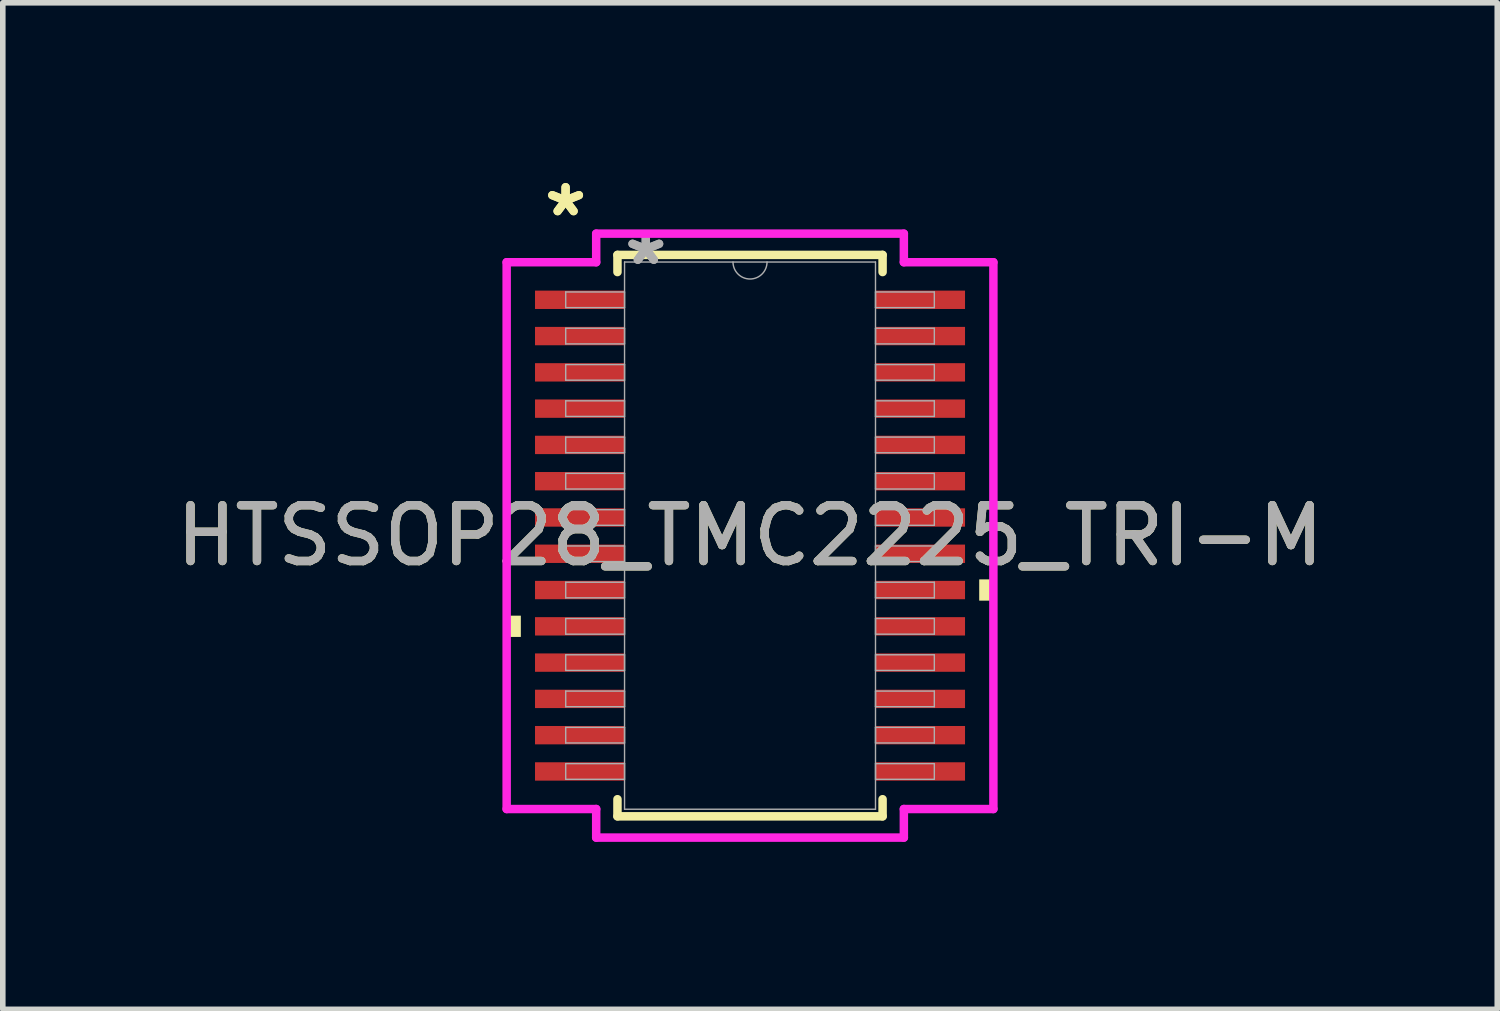
<source format=kicad_pcb>
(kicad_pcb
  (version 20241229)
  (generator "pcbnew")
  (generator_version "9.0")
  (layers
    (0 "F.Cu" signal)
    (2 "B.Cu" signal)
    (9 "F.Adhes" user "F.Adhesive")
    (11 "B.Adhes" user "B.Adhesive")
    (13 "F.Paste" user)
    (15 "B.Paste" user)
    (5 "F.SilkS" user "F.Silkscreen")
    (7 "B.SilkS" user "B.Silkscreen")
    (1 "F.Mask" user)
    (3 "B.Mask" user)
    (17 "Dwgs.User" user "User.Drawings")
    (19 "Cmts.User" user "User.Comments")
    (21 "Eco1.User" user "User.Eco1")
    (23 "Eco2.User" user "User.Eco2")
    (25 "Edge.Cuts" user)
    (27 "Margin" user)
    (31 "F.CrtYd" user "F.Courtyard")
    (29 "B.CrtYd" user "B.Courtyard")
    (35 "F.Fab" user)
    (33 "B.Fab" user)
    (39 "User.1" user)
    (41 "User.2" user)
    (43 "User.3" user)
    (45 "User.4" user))
  (footprint "HTSSOP28_TMC2225_TRI-M"
    (layer "F.Cu")
    (at 10.387 6.546)
    (property "Reference" "HTSSOP28_TMC2225_TRI-M" (at 0 0 0) (unlocked yes) (layer "F.SilkS") (effects (font (size 1 1) (thickness 0.15))))
    (attr smd)
    (fp_line (start -2.375 -5.029) (end -2.375 -4.722) (stroke (width 0.152) (type solid)) (layer "F.SilkS"))
    (fp_line (start -2.375 4.722) (end -2.375 5.029) (stroke (width 0.152) (type solid)) (layer "F.SilkS"))
    (fp_line (start -2.375 5.029) (end 2.375 5.029) (stroke (width 0.152) (type solid)) (layer "F.SilkS"))
    (fp_line (start 2.375 -5.029) (end -2.375 -5.029) (stroke (width 0.152) (type solid)) (layer "F.SilkS"))
    (fp_line (start 2.375 -4.722) (end 2.375 -5.029) (stroke (width 0.152) (type solid)) (layer "F.SilkS"))
    (fp_line (start 2.375 5.029) (end 2.375 4.722) (stroke (width 0.152) (type solid)) (layer "F.SilkS"))
    (fp_poly (pts (xy -4.36 1.434) (xy -4.36 1.815) (xy -4.106 1.815) (xy -4.106 1.434)) (stroke (width 0) (type solid)) (fill yes) (layer "F.SilkS"))
    (fp_poly (pts (xy 4.36 0.784) (xy 4.36 1.165) (xy 4.106 1.165) (xy 4.106 0.784)) (stroke (width 0) (type solid)) (fill yes) (layer "F.SilkS"))
    (fp_line (start -4.36 -4.898) (end -2.756 -4.898) (stroke (width 0.152) (type solid)) (layer "F.CrtYd"))
    (fp_line (start -4.36 4.898) (end -4.36 -4.898) (stroke (width 0.152) (type solid)) (layer "F.CrtYd"))
    (fp_line (start -4.36 4.898) (end -2.756 4.898) (stroke (width 0.152) (type solid)) (layer "F.CrtYd"))
    (fp_line (start -2.756 -5.41) (end 2.756 -5.41) (stroke (width 0.152) (type solid)) (layer "F.CrtYd"))
    (fp_line (start -2.756 -4.898) (end -2.756 -5.41) (stroke (width 0.152) (type solid)) (layer "F.CrtYd"))
    (fp_line (start -2.756 5.41) (end -2.756 4.898) (stroke (width 0.152) (type solid)) (layer "F.CrtYd"))
    (fp_line (start 2.756 -5.41) (end 2.756 -4.898) (stroke (width 0.152) (type solid)) (layer "F.CrtYd"))
    (fp_line (start 2.756 4.898) (end 2.756 5.41) (stroke (width 0.152) (type solid)) (layer "F.CrtYd"))
    (fp_line (start 2.756 5.41) (end -2.756 5.41) (stroke (width 0.152) (type solid)) (layer "F.CrtYd"))
    (fp_line (start 4.36 -4.898) (end 2.756 -4.898) (stroke (width 0.152) (type solid)) (layer "F.CrtYd"))
    (fp_line (start 4.36 -4.898) (end 4.36 4.898) (stroke (width 0.152) (type solid)) (layer "F.CrtYd"))
    (fp_line (start 4.36 4.898) (end 2.756 4.898) (stroke (width 0.152) (type solid)) (layer "F.CrtYd"))
    (fp_line (start -3.302 -4.365) (end -3.302 -4.085) (stroke (width 0.025) (type solid)) (layer "F.Fab"))
    (fp_line (start -3.302 -4.085) (end -2.248 -4.085) (stroke (width 0.025) (type solid)) (layer "F.Fab"))
    (fp_line (start -3.302 -3.715) (end -3.302 -3.435) (stroke (width 0.025) (type solid)) (layer "F.Fab"))
    (fp_line (start -3.302 -3.435) (end -2.248 -3.435) (stroke (width 0.025) (type solid)) (layer "F.Fab"))
    (fp_line (start -3.302 -3.065) (end -3.302 -2.785) (stroke (width 0.025) (type solid)) (layer "F.Fab"))
    (fp_line (start -3.302 -2.785) (end -2.248 -2.785) (stroke (width 0.025) (type solid)) (layer "F.Fab"))
    (fp_line (start -3.302 -2.415) (end -3.302 -2.135) (stroke (width 0.025) (type solid)) (layer "F.Fab"))
    (fp_line (start -3.302 -2.135) (end -2.248 -2.135) (stroke (width 0.025) (type solid)) (layer "F.Fab"))
    (fp_line (start -3.302 -1.765) (end -3.302 -1.485) (stroke (width 0.025) (type solid)) (layer "F.Fab"))
    (fp_line (start -3.302 -1.485) (end -2.248 -1.485) (stroke (width 0.025) (type solid)) (layer "F.Fab"))
    (fp_line (start -3.302 -1.115) (end -3.302 -0.835) (stroke (width 0.025) (type solid)) (layer "F.Fab"))
    (fp_line (start -3.302 -0.835) (end -2.248 -0.835) (stroke (width 0.025) (type solid)) (layer "F.Fab"))
    (fp_line (start -3.302 -0.465) (end -3.302 -0.185) (stroke (width 0.025) (type solid)) (layer "F.Fab"))
    (fp_line (start -3.302 -0.185) (end -2.248 -0.185) (stroke (width 0.025) (type solid)) (layer "F.Fab"))
    (fp_line (start -3.302 0.185) (end -3.302 0.465) (stroke (width 0.025) (type solid)) (layer "F.Fab"))
    (fp_line (start -3.302 0.465) (end -2.248 0.465) (stroke (width 0.025) (type solid)) (layer "F.Fab"))
    (fp_line (start -3.302 0.835) (end -3.302 1.115) (stroke (width 0.025) (type solid)) (layer "F.Fab"))
    (fp_line (start -3.302 1.115) (end -2.248 1.115) (stroke (width 0.025) (type solid)) (layer "F.Fab"))
    (fp_line (start -3.302 1.485) (end -3.302 1.765) (stroke (width 0.025) (type solid)) (layer "F.Fab"))
    (fp_line (start -3.302 1.765) (end -2.248 1.765) (stroke (width 0.025) (type solid)) (layer "F.Fab"))
    (fp_line (start -3.302 2.135) (end -3.302 2.415) (stroke (width 0.025) (type solid)) (layer "F.Fab"))
    (fp_line (start -3.302 2.415) (end -2.248 2.415) (stroke (width 0.025) (type solid)) (layer "F.Fab"))
    (fp_line (start -3.302 2.785) (end -3.302 3.065) (stroke (width 0.025) (type solid)) (layer "F.Fab"))
    (fp_line (start -3.302 3.065) (end -2.248 3.065) (stroke (width 0.025) (type solid)) (layer "F.Fab"))
    (fp_line (start -3.302 3.435) (end -3.302 3.715) (stroke (width 0.025) (type solid)) (layer "F.Fab"))
    (fp_line (start -3.302 3.715) (end -2.248 3.715) (stroke (width 0.025) (type solid)) (layer "F.Fab"))
    (fp_line (start -3.302 4.085) (end -3.302 4.365) (stroke (width 0.025) (type solid)) (layer "F.Fab"))
    (fp_line (start -3.302 4.365) (end -2.248 4.365) (stroke (width 0.025) (type solid)) (layer "F.Fab"))
    (fp_line (start -2.248 -4.902) (end -2.248 4.902) (stroke (width 0.025) (type solid)) (layer "F.Fab"))
    (fp_line (start -2.248 -4.365) (end -3.302 -4.365) (stroke (width 0.025) (type solid)) (layer "F.Fab"))
    (fp_line (start -2.248 -4.085) (end -2.248 -4.365) (stroke (width 0.025) (type solid)) (layer "F.Fab"))
    (fp_line (start -2.248 -3.715) (end -3.302 -3.715) (stroke (width 0.025) (type solid)) (layer "F.Fab"))
    (fp_line (start -2.248 -3.435) (end -2.248 -3.715) (stroke (width 0.025) (type solid)) (layer "F.Fab"))
    (fp_line (start -2.248 -3.065) (end -3.302 -3.065) (stroke (width 0.025) (type solid)) (layer "F.Fab"))
    (fp_line (start -2.248 -2.785) (end -2.248 -3.065) (stroke (width 0.025) (type solid)) (layer "F.Fab"))
    (fp_line (start -2.248 -2.415) (end -3.302 -2.415) (stroke (width 0.025) (type solid)) (layer "F.Fab"))
    (fp_line (start -2.248 -2.135) (end -2.248 -2.415) (stroke (width 0.025) (type solid)) (layer "F.Fab"))
    (fp_line (start -2.248 -1.765) (end -3.302 -1.765) (stroke (width 0.025) (type solid)) (layer "F.Fab"))
    (fp_line (start -2.248 -1.485) (end -2.248 -1.765) (stroke (width 0.025) (type solid)) (layer "F.Fab"))
    (fp_line (start -2.248 -1.115) (end -3.302 -1.115) (stroke (width 0.025) (type solid)) (layer "F.Fab"))
    (fp_line (start -2.248 -0.835) (end -2.248 -1.115) (stroke (width 0.025) (type solid)) (layer "F.Fab"))
    (fp_line (start -2.248 -0.465) (end -3.302 -0.465) (stroke (width 0.025) (type solid)) (layer "F.Fab"))
    (fp_line (start -2.248 -0.185) (end -2.248 -0.465) (stroke (width 0.025) (type solid)) (layer "F.Fab"))
    (fp_line (start -2.248 0.185) (end -3.302 0.185) (stroke (width 0.025) (type solid)) (layer "F.Fab"))
    (fp_line (start -2.248 0.465) (end -2.248 0.185) (stroke (width 0.025) (type solid)) (layer "F.Fab"))
    (fp_line (start -2.248 0.835) (end -3.302 0.835) (stroke (width 0.025) (type solid)) (layer "F.Fab"))
    (fp_line (start -2.248 1.115) (end -2.248 0.835) (stroke (width 0.025) (type solid)) (layer "F.Fab"))
    (fp_line (start -2.248 1.485) (end -3.302 1.485) (stroke (width 0.025) (type solid)) (layer "F.Fab"))
    (fp_line (start -2.248 1.765) (end -2.248 1.485) (stroke (width 0.025) (type solid)) (layer "F.Fab"))
    (fp_line (start -2.248 2.135) (end -3.302 2.135) (stroke (width 0.025) (type solid)) (layer "F.Fab"))
    (fp_line (start -2.248 2.415) (end -2.248 2.135) (stroke (width 0.025) (type solid)) (layer "F.Fab"))
    (fp_line (start -2.248 2.785) (end -3.302 2.785) (stroke (width 0.025) (type solid)) (layer "F.Fab"))
    (fp_line (start -2.248 3.065) (end -2.248 2.785) (stroke (width 0.025) (type solid)) (layer "F.Fab"))
    (fp_line (start -2.248 3.435) (end -3.302 3.435) (stroke (width 0.025) (type solid)) (layer "F.Fab"))
    (fp_line (start -2.248 3.715) (end -2.248 3.435) (stroke (width 0.025) (type solid)) (layer "F.Fab"))
    (fp_line (start -2.248 4.085) (end -3.302 4.085) (stroke (width 0.025) (type solid)) (layer "F.Fab"))
    (fp_line (start -2.248 4.365) (end -2.248 4.085) (stroke (width 0.025) (type solid)) (layer "F.Fab"))
    (fp_line (start -2.248 4.902) (end 2.248 4.902) (stroke (width 0.025) (type solid)) (layer "F.Fab"))
    (fp_line (start 2.248 -4.902) (end -2.248 -4.902) (stroke (width 0.025) (type solid)) (layer "F.Fab"))
    (fp_line (start 2.248 -4.365) (end 2.248 -4.085) (stroke (width 0.025) (type solid)) (layer "F.Fab"))
    (fp_line (start 2.248 -4.085) (end 3.302 -4.085) (stroke (width 0.025) (type solid)) (layer "F.Fab"))
    (fp_line (start 2.248 -3.715) (end 2.248 -3.435) (stroke (width 0.025) (type solid)) (layer "F.Fab"))
    (fp_line (start 2.248 -3.435) (end 3.302 -3.435) (stroke (width 0.025) (type solid)) (layer "F.Fab"))
    (fp_line (start 2.248 -3.065) (end 2.248 -2.785) (stroke (width 0.025) (type solid)) (layer "F.Fab"))
    (fp_line (start 2.248 -2.785) (end 3.302 -2.785) (stroke (width 0.025) (type solid)) (layer "F.Fab"))
    (fp_line (start 2.248 -2.415) (end 2.248 -2.135) (stroke (width 0.025) (type solid)) (layer "F.Fab"))
    (fp_line (start 2.248 -2.135) (end 3.302 -2.135) (stroke (width 0.025) (type solid)) (layer "F.Fab"))
    (fp_line (start 2.248 -1.765) (end 2.248 -1.485) (stroke (width 0.025) (type solid)) (layer "F.Fab"))
    (fp_line (start 2.248 -1.485) (end 3.302 -1.485) (stroke (width 0.025) (type solid)) (layer "F.Fab"))
    (fp_line (start 2.248 -1.115) (end 2.248 -0.835) (stroke (width 0.025) (type solid)) (layer "F.Fab"))
    (fp_line (start 2.248 -0.835) (end 3.302 -0.835) (stroke (width 0.025) (type solid)) (layer "F.Fab"))
    (fp_line (start 2.248 -0.465) (end 2.248 -0.185) (stroke (width 0.025) (type solid)) (layer "F.Fab"))
    (fp_line (start 2.248 -0.185) (end 3.302 -0.185) (stroke (width 0.025) (type solid)) (layer "F.Fab"))
    (fp_line (start 2.248 0.185) (end 2.248 0.465) (stroke (width 0.025) (type solid)) (layer "F.Fab"))
    (fp_line (start 2.248 0.465) (end 3.302 0.465) (stroke (width 0.025) (type solid)) (layer "F.Fab"))
    (fp_line (start 2.248 0.835) (end 2.248 1.115) (stroke (width 0.025) (type solid)) (layer "F.Fab"))
    (fp_line (start 2.248 1.115) (end 3.302 1.115) (stroke (width 0.025) (type solid)) (layer "F.Fab"))
    (fp_line (start 2.248 1.485) (end 2.248 1.765) (stroke (width 0.025) (type solid)) (layer "F.Fab"))
    (fp_line (start 2.248 1.765) (end 3.302 1.765) (stroke (width 0.025) (type solid)) (layer "F.Fab"))
    (fp_line (start 2.248 2.135) (end 2.248 2.415) (stroke (width 0.025) (type solid)) (layer "F.Fab"))
    (fp_line (start 2.248 2.415) (end 3.302 2.415) (stroke (width 0.025) (type solid)) (layer "F.Fab"))
    (fp_line (start 2.248 2.785) (end 2.248 3.065) (stroke (width 0.025) (type solid)) (layer "F.Fab"))
    (fp_line (start 2.248 3.065) (end 3.302 3.065) (stroke (width 0.025) (type solid)) (layer "F.Fab"))
    (fp_line (start 2.248 3.435) (end 2.248 3.715) (stroke (width 0.025) (type solid)) (layer "F.Fab"))
    (fp_line (start 2.248 3.715) (end 3.302 3.715) (stroke (width 0.025) (type solid)) (layer "F.Fab"))
    (fp_line (start 2.248 4.085) (end 2.248 4.365) (stroke (width 0.025) (type solid)) (layer "F.Fab"))
    (fp_line (start 2.248 4.365) (end 3.302 4.365) (stroke (width 0.025) (type solid)) (layer "F.Fab"))
    (fp_line (start 2.248 4.902) (end 2.248 -4.902) (stroke (width 0.025) (type solid)) (layer "F.Fab"))
    (fp_line (start 3.302 -4.365) (end 2.248 -4.365) (stroke (width 0.025) (type solid)) (layer "F.Fab"))
    (fp_line (start 3.302 -4.085) (end 3.302 -4.365) (stroke (width 0.025) (type solid)) (layer "F.Fab"))
    (fp_line (start 3.302 -3.715) (end 2.248 -3.715) (stroke (width 0.025) (type solid)) (layer "F.Fab"))
    (fp_line (start 3.302 -3.435) (end 3.302 -3.715) (stroke (width 0.025) (type solid)) (layer "F.Fab"))
    (fp_line (start 3.302 -3.065) (end 2.248 -3.065) (stroke (width 0.025) (type solid)) (layer "F.Fab"))
    (fp_line (start 3.302 -2.785) (end 3.302 -3.065) (stroke (width 0.025) (type solid)) (layer "F.Fab"))
    (fp_line (start 3.302 -2.415) (end 2.248 -2.415) (stroke (width 0.025) (type solid)) (layer "F.Fab"))
    (fp_line (start 3.302 -2.135) (end 3.302 -2.415) (stroke (width 0.025) (type solid)) (layer "F.Fab"))
    (fp_line (start 3.302 -1.765) (end 2.248 -1.765) (stroke (width 0.025) (type solid)) (layer "F.Fab"))
    (fp_line (start 3.302 -1.485) (end 3.302 -1.765) (stroke (width 0.025) (type solid)) (layer "F.Fab"))
    (fp_line (start 3.302 -1.115) (end 2.248 -1.115) (stroke (width 0.025) (type solid)) (layer "F.Fab"))
    (fp_line (start 3.302 -0.835) (end 3.302 -1.115) (stroke (width 0.025) (type solid)) (layer "F.Fab"))
    (fp_line (start 3.302 -0.465) (end 2.248 -0.465) (stroke (width 0.025) (type solid)) (layer "F.Fab"))
    (fp_line (start 3.302 -0.185) (end 3.302 -0.465) (stroke (width 0.025) (type solid)) (layer "F.Fab"))
    (fp_line (start 3.302 0.185) (end 2.248 0.185) (stroke (width 0.025) (type solid)) (layer "F.Fab"))
    (fp_line (start 3.302 0.465) (end 3.302 0.185) (stroke (width 0.025) (type solid)) (layer "F.Fab"))
    (fp_line (start 3.302 0.835) (end 2.248 0.835) (stroke (width 0.025) (type solid)) (layer "F.Fab"))
    (fp_line (start 3.302 1.115) (end 3.302 0.835) (stroke (width 0.025) (type solid)) (layer "F.Fab"))
    (fp_line (start 3.302 1.485) (end 2.248 1.485) (stroke (width 0.025) (type solid)) (layer "F.Fab"))
    (fp_line (start 3.302 1.765) (end 3.302 1.485) (stroke (width 0.025) (type solid)) (layer "F.Fab"))
    (fp_line (start 3.302 2.135) (end 2.248 2.135) (stroke (width 0.025) (type solid)) (layer "F.Fab"))
    (fp_line (start 3.302 2.415) (end 3.302 2.135) (stroke (width 0.025) (type solid)) (layer "F.Fab"))
    (fp_line (start 3.302 2.785) (end 2.248 2.785) (stroke (width 0.025) (type solid)) (layer "F.Fab"))
    (fp_line (start 3.302 3.065) (end 3.302 2.785) (stroke (width 0.025) (type solid)) (layer "F.Fab"))
    (fp_line (start 3.302 3.435) (end 2.248 3.435) (stroke (width 0.025) (type solid)) (layer "F.Fab"))
    (fp_line (start 3.302 3.715) (end 3.302 3.435) (stroke (width 0.025) (type solid)) (layer "F.Fab"))
    (fp_line (start 3.302 4.085) (end 2.248 4.085) (stroke (width 0.025) (type solid)) (layer "F.Fab"))
    (fp_line (start 3.302 4.365) (end 3.302 4.085) (stroke (width 0.025) (type solid)) (layer "F.Fab"))
    (fp_arc (start 0.3048 -4.9022) (mid 0 -4.5974) (end -0.3048 -4.9022) (stroke (width 0.0254) (type solid)) (layer "F.Fab"))
    (fp_text user "*" (at -3.304 -5.697 0) (layer "F.SilkS") (effects (font (size 1 1) (thickness 0.15))))
    (fp_text user "*" (at -3.304 -5.697 0) (unlocked yes) (layer "F.SilkS") (effects (font (size 1 1) (thickness 0.15))))
    (fp_text user "${REFERENCE}" (at 0 0 0) (unlocked yes) (layer "F.Fab") (effects (font (size 1 1) (thickness 0.15))))
    (fp_text user "*" (at -1.867 -4.826 0) (unlocked yes) (layer "F.Fab") (effects (font (size 1 1) (thickness 0.15))))
    (fp_text user "*" (at -1.867 -4.826 0) (layer "F.Fab") (effects (font (size 1 1) (thickness 0.15))))
    (pad "1" smd rect (at -3.05 -4.225) (size 1.604 0.329) (layers "F.Cu" "F.Mask" "F.Paste"))
    (pad "2" smd rect (at -3.05 -3.575) (size 1.604 0.329) (layers "F.Cu" "F.Mask" "F.Paste"))
    (pad "3" smd rect (at -3.05 -2.925) (size 1.604 0.329) (layers "F.Cu" "F.Mask" "F.Paste"))
    (pad "4" smd rect (at -3.05 -2.275) (size 1.604 0.329) (layers "F.Cu" "F.Mask" "F.Paste"))
    (pad "5" smd rect (at -3.05 -1.625) (size 1.604 0.329) (layers "F.Cu" "F.Mask" "F.Paste"))
    (pad "6" smd rect (at -3.05 -0.975) (size 1.604 0.329) (layers "F.Cu" "F.Mask" "F.Paste"))
    (pad "7" smd rect (at -3.05 -0.325) (size 1.604 0.329) (layers "F.Cu" "F.Mask" "F.Paste"))
    (pad "8" smd rect (at -3.05 0.325) (size 1.604 0.329) (layers "F.Cu" "F.Mask" "F.Paste"))
    (pad "9" smd rect (at -3.05 0.975) (size 1.604 0.329) (layers "F.Cu" "F.Mask" "F.Paste"))
    (pad "10" smd rect (at -3.05 1.625) (size 1.604 0.329) (layers "F.Cu" "F.Mask" "F.Paste"))
    (pad "11" smd rect (at -3.05 2.275) (size 1.604 0.329) (layers "F.Cu" "F.Mask" "F.Paste"))
    (pad "12" smd rect (at -3.05 2.925) (size 1.604 0.329) (layers "F.Cu" "F.Mask" "F.Paste"))
    (pad "13" smd rect (at -3.05 3.575) (size 1.604 0.329) (layers "F.Cu" "F.Mask" "F.Paste"))
    (pad "14" smd rect (at -3.05 4.225) (size 1.604 0.329) (layers "F.Cu" "F.Mask" "F.Paste"))
    (pad "15" smd rect (at 3.05 4.225) (size 1.604 0.329) (layers "F.Cu" "F.Mask" "F.Paste"))
    (pad "16" smd rect (at 3.05 3.575) (size 1.604 0.329) (layers "F.Cu" "F.Mask" "F.Paste"))
    (pad "17" smd rect (at 3.05 2.925) (size 1.604 0.329) (layers "F.Cu" "F.Mask" "F.Paste"))
    (pad "18" smd rect (at 3.05 2.275) (size 1.604 0.329) (layers "F.Cu" "F.Mask" "F.Paste"))
    (pad "19" smd rect (at 3.05 1.625) (size 1.604 0.329) (layers "F.Cu" "F.Mask" "F.Paste"))
    (pad "20" smd rect (at 3.05 0.975) (size 1.604 0.329) (layers "F.Cu" "F.Mask" "F.Paste"))
    (pad "21" smd rect (at 3.05 0.325) (size 1.604 0.329) (layers "F.Cu" "F.Mask" "F.Paste"))
    (pad "22" smd rect (at 3.05 -0.325) (size 1.604 0.329) (layers "F.Cu" "F.Mask" "F.Paste"))
    (pad "23" smd rect (at 3.05 -0.975) (size 1.604 0.329) (layers "F.Cu" "F.Mask" "F.Paste"))
    (pad "24" smd rect (at 3.05 -1.625) (size 1.604 0.329) (layers "F.Cu" "F.Mask" "F.Paste"))
    (pad "25" smd rect (at 3.05 -2.275) (size 1.604 0.329) (layers "F.Cu" "F.Mask" "F.Paste"))
    (pad "26" smd rect (at 3.05 -2.925) (size 1.604 0.329) (layers "F.Cu" "F.Mask" "F.Paste"))
    (pad "27" smd rect (at 3.05 -3.575) (size 1.604 0.329) (layers "F.Cu" "F.Mask" "F.Paste"))
    (pad "28" smd rect (at 3.05 -4.225) (size 1.604 0.329) (layers "F.Cu" "F.Mask" "F.Paste")))
  (gr_rect
    (start -3 -3)
    (end 23.774 15.032)
    (stroke (width 0.1) (type default))
    (fill no)
    (layer "Edge.Cuts")))
</source>
